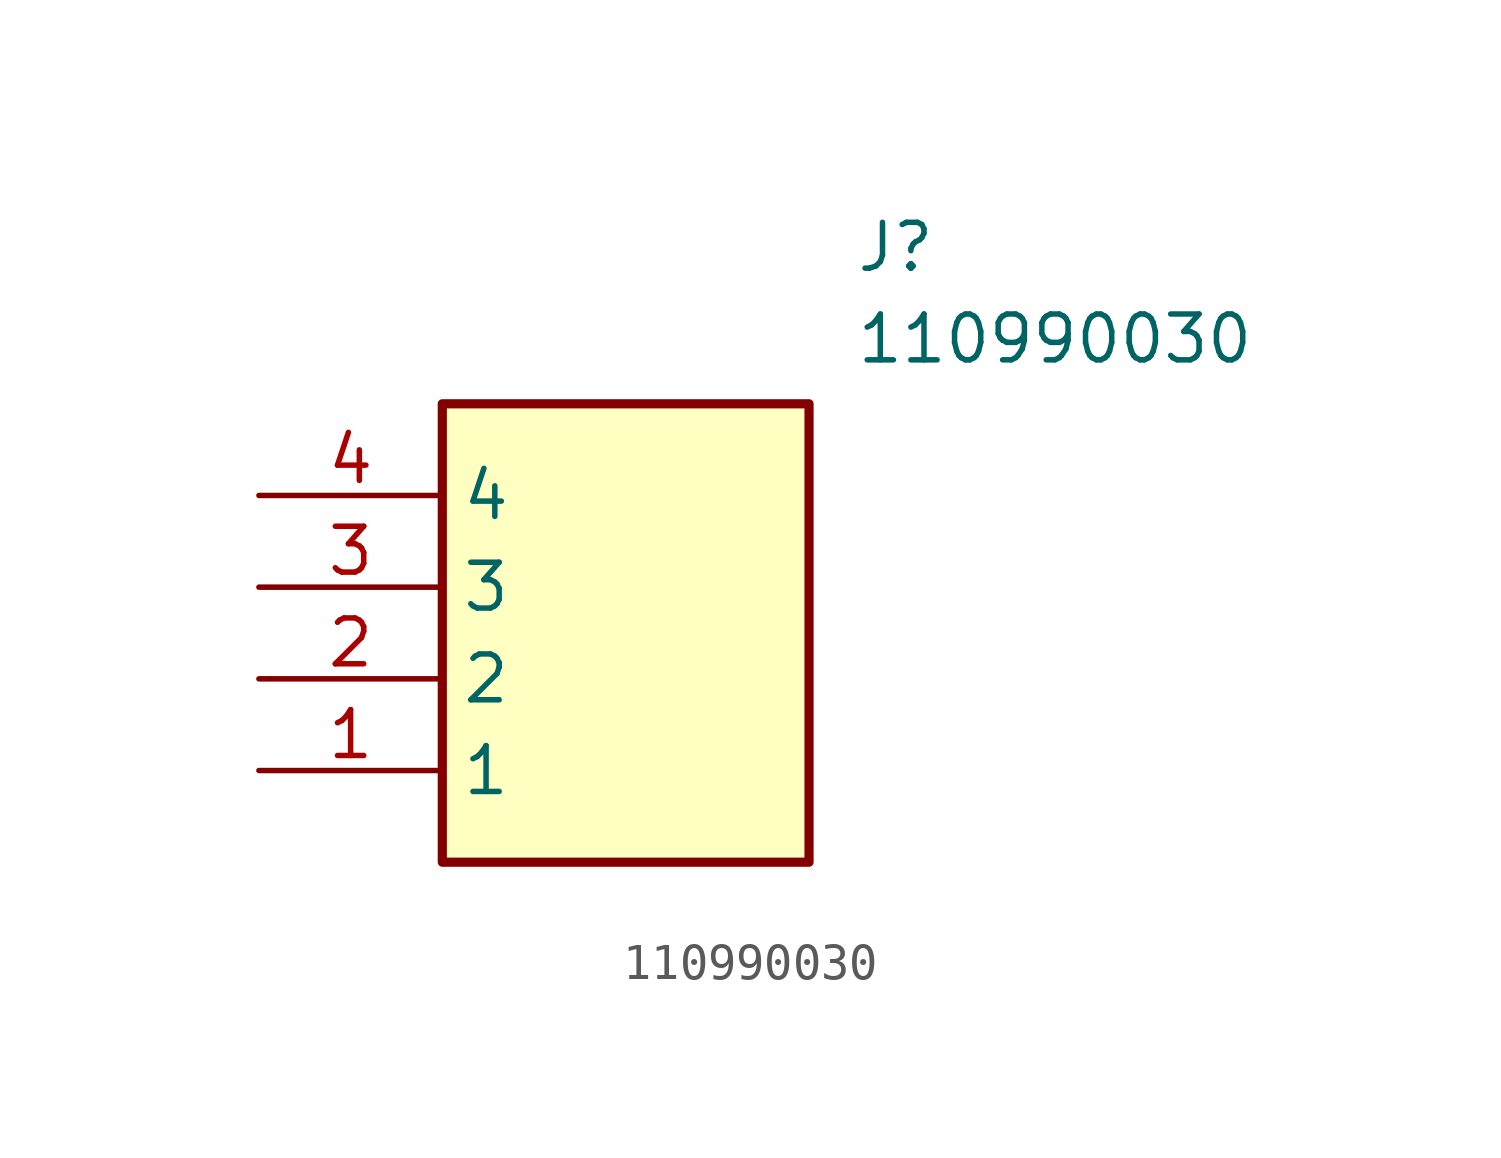
<source format=kicad_sym>
(kicad_symbol_lib
  (version 20211014)
  (generator SamacSys_ECAD_Model)
  (symbol "110990030"
    (property "Reference" "J"
      (at 16.51 7.62 0)
      (effects (font (size 1.27 1.27)) (justify left top)))
    (property "Value" "110990030"
      (at 16.51 5.08 0)
      (effects (font (size 1.27 1.27)) (justify left top)))
    (rectangle
      (start 5.08 2.54)
      (end 15.24 -10.16)
      (stroke (width 0.254) (type default))
      (fill (type background)))
    (pin passive line
      (at 0 -7.62 0)
      (length 5.08)
      (name "1" (effects (font (size 1.27 1.27))))
      (number "1" (effects (font (size 1.27 1.27)))))
    (pin passive line
      (at 0 -5.08 0)
      (length 5.08)
      (name "2" (effects (font (size 1.27 1.27))))
      (number "2" (effects (font (size 1.27 1.27)))))
    (pin passive line
      (at 0 -2.54 0)
      (length 5.08)
      (name "3" (effects (font (size 1.27 1.27))))
      (number "3" (effects (font (size 1.27 1.27)))))
    (pin passive line
      (at 0 0 0)
      (length 5.08)
      (name "4" (effects (font (size 1.27 1.27))))
      (number "4" (effects (font (size 1.27 1.27)))))))
</source>
